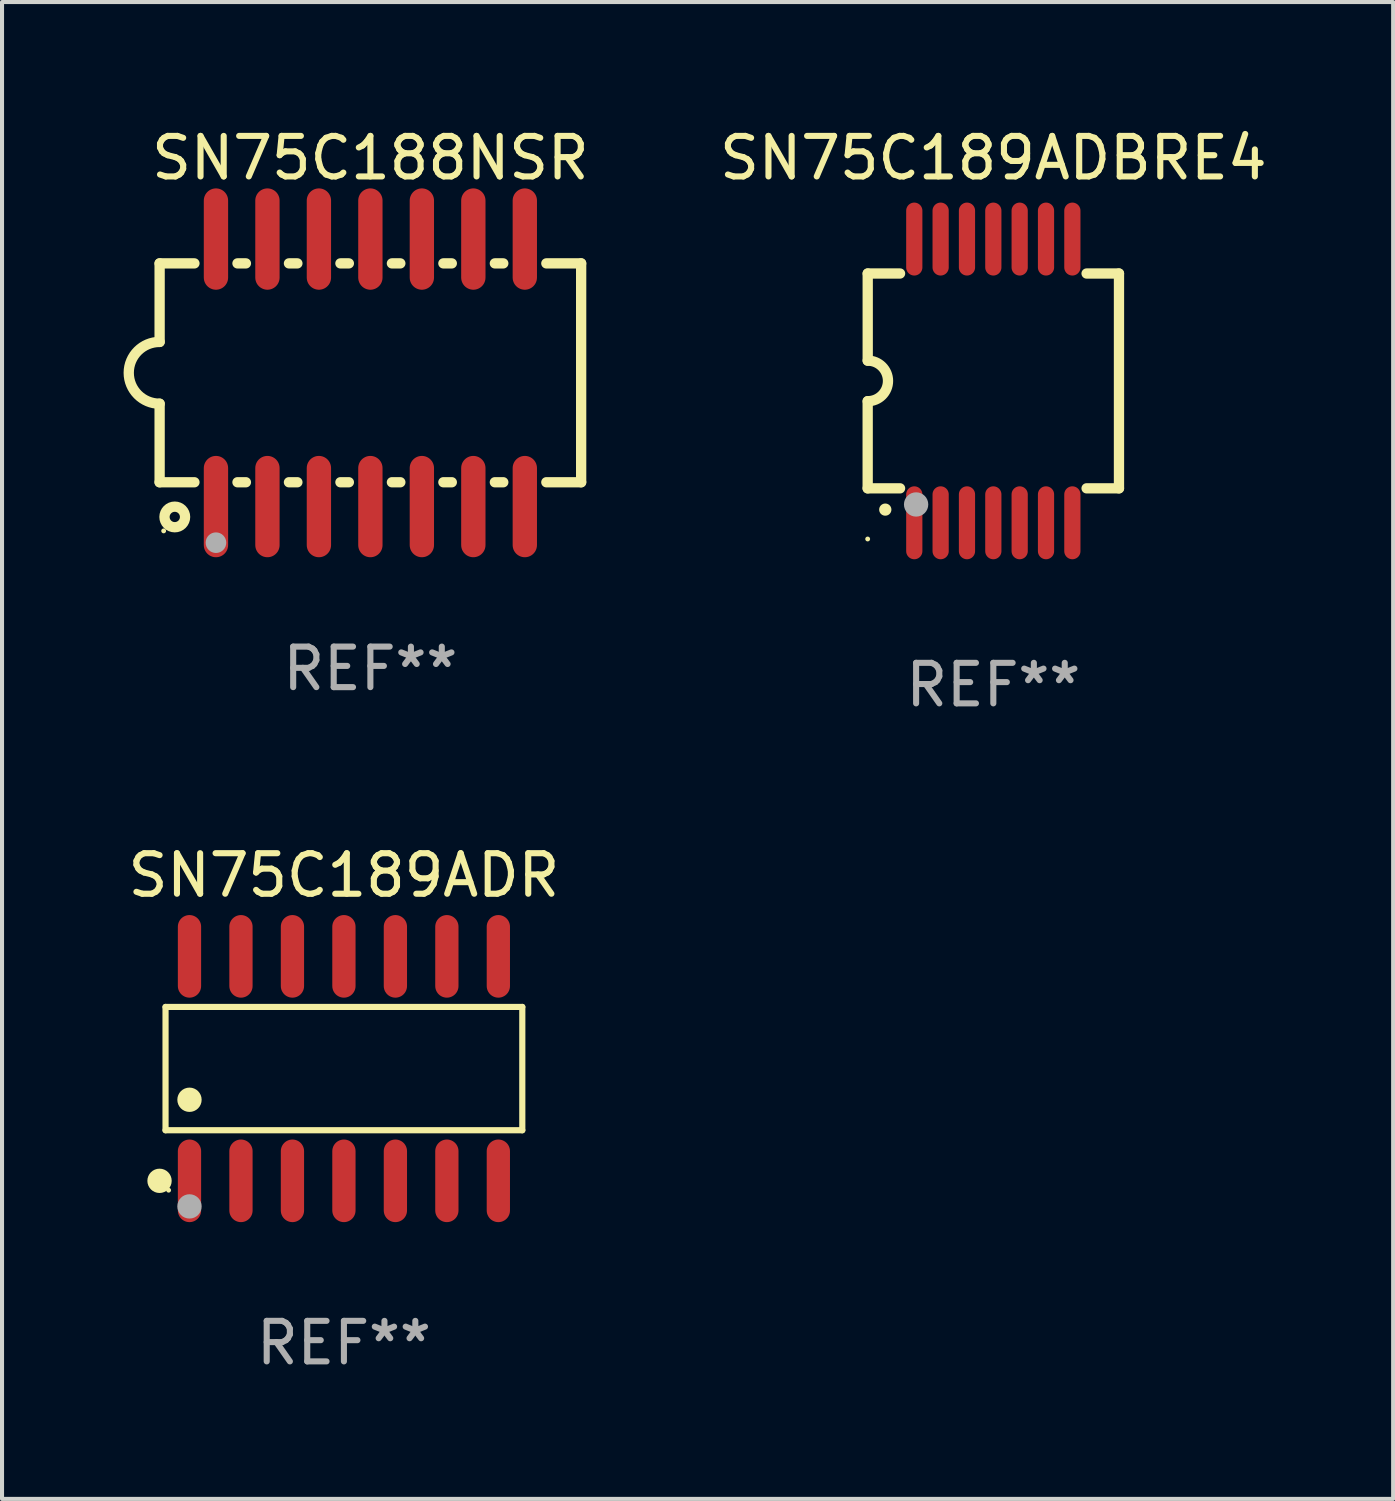
<source format=kicad_pcb>
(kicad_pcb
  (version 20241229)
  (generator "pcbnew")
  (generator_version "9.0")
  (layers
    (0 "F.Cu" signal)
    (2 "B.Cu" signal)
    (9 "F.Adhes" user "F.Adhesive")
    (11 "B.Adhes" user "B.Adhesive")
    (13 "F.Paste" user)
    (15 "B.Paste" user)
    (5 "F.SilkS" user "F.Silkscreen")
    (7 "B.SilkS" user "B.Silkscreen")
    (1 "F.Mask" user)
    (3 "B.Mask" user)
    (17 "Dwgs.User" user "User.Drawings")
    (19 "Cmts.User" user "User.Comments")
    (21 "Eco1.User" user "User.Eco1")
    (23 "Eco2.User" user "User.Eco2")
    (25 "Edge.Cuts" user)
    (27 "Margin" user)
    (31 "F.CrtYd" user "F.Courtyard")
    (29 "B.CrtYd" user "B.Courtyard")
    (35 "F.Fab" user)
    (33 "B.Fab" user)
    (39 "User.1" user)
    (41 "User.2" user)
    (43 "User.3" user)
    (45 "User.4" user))
  (footprint "SN75C188NSR"
    (layer "F.Cu")
    (at 6.088 6.148)
    (property "Reference" "SN75C188NSR" (at 0 -5.3 0) (layer "F.SilkS") (effects (font (size 1 1) (thickness 0.15))))
    (attr through_hole)
    (fp_line (start -5.2 -2.7) (end -5.2 -0.762) (stroke (width 0.254) (type solid)) (layer "F.SilkS"))
    (fp_line (start -5.2 -2.7) (end -4.341 -2.7) (stroke (width 0.254) (type solid)) (layer "F.SilkS"))
    (fp_line (start -5.2 2.7) (end -5.2 0.762) (stroke (width 0.254) (type solid)) (layer "F.SilkS"))
    (fp_line (start -4.341 2.7) (end -5.2 2.7) (stroke (width 0.254) (type solid)) (layer "F.SilkS"))
    (fp_line (start -3.279 -2.7) (end -3.071 -2.7) (stroke (width 0.254) (type solid)) (layer "F.SilkS"))
    (fp_line (start -3.071 2.7) (end -3.279 2.7) (stroke (width 0.254) (type solid)) (layer "F.SilkS"))
    (fp_line (start -2.009 -2.7) (end -1.801 -2.7) (stroke (width 0.254) (type solid)) (layer "F.SilkS"))
    (fp_line (start -1.801 2.7) (end -2.009 2.7) (stroke (width 0.254) (type solid)) (layer "F.SilkS"))
    (fp_line (start -0.739 -2.7) (end -0.531 -2.7) (stroke (width 0.254) (type solid)) (layer "F.SilkS"))
    (fp_line (start -0.531 2.7) (end -0.739 2.7) (stroke (width 0.254) (type solid)) (layer "F.SilkS"))
    (fp_line (start 0.531 -2.7) (end 0.739 -2.7) (stroke (width 0.254) (type solid)) (layer "F.SilkS"))
    (fp_line (start 0.739 2.7) (end 0.531 2.7) (stroke (width 0.254) (type solid)) (layer "F.SilkS"))
    (fp_line (start 1.801 -2.7) (end 2.009 -2.7) (stroke (width 0.254) (type solid)) (layer "F.SilkS"))
    (fp_line (start 2.009 2.7) (end 1.801 2.7) (stroke (width 0.254) (type solid)) (layer "F.SilkS"))
    (fp_line (start 3.071 -2.7) (end 3.279 -2.7) (stroke (width 0.254) (type solid)) (layer "F.SilkS"))
    (fp_line (start 3.279 2.7) (end 3.071 2.7) (stroke (width 0.254) (type solid)) (layer "F.SilkS"))
    (fp_line (start 4.341 -2.7) (end 5.2 -2.7) (stroke (width 0.254) (type solid)) (layer "F.SilkS"))
    (fp_line (start 5.2 2.7) (end 4.341 2.7) (stroke (width 0.254) (type solid)) (layer "F.SilkS"))
    (fp_line (start 5.2 2.7) (end 5.2 -2.7) (stroke (width 0.254) (type solid)) (layer "F.SilkS"))
    (fp_arc (start -5.2 0.762002) (mid -5.961393 -0.000305) (end -5.199391 -0.762002) (stroke (width 0.254001) (type solid)) (layer "F.SilkS"))
    (fp_circle (center -5.1 3.9) (end -5.07 3.9) (stroke (width 0.06) (type solid)) (fill no) (layer "F.SilkS"))
    (fp_circle (center -4.826 3.556) (end -4.572 3.556) (stroke (width 0.254) (type solid)) (fill no) (layer "F.SilkS"))
    (fp_circle (center -3.81 4.191) (end -3.683 4.191) (stroke (width 0.254) (type solid)) (fill no) (layer "F.Fab"))
    (fp_text user "REF**" (at 0 7.3 0) (layer "F.Fab") (effects (font (size 1 1) (thickness 0.15))))
    (pad "1" smd oval (at -3.81 3.3) (size 0.6 2.5) (layers "F.Cu" "F.Mask" "F.Paste"))
    (pad "2" smd oval (at -2.54 3.3) (size 0.6 2.5) (layers "F.Cu" "F.Mask" "F.Paste"))
    (pad "3" smd oval (at -1.27 3.3) (size 0.6 2.5) (layers "F.Cu" "F.Mask" "F.Paste"))
    (pad "4" smd oval (at 0 3.3) (size 0.6 2.5) (layers "F.Cu" "F.Mask" "F.Paste"))
    (pad "5" smd oval (at 1.27 3.3) (size 0.6 2.5) (layers "F.Cu" "F.Mask" "F.Paste"))
    (pad "6" smd oval (at 2.54 3.3) (size 0.6 2.5) (layers "F.Cu" "F.Mask" "F.Paste"))
    (pad "7" smd oval (at 3.81 3.3) (size 0.6 2.5) (layers "F.Cu" "F.Mask" "F.Paste"))
    (pad "8" smd oval (at 3.81 -3.3) (size 0.6 2.5) (layers "F.Cu" "F.Mask" "F.Paste"))
    (pad "9" smd oval (at 2.54 -3.3) (size 0.6 2.5) (layers "F.Cu" "F.Mask" "F.Paste"))
    (pad "10" smd oval (at 1.27 -3.3) (size 0.6 2.5) (layers "F.Cu" "F.Mask" "F.Paste"))
    (pad "11" smd oval (at 0 -3.3) (size 0.6 2.5) (layers "F.Cu" "F.Mask" "F.Paste"))
    (pad "12" smd oval (at -1.27 -3.3) (size 0.6 2.5) (layers "F.Cu" "F.Mask" "F.Paste"))
    (pad "13" smd oval (at -2.54 -3.3) (size 0.6 2.5) (layers "F.Cu" "F.Mask" "F.Paste"))
    (pad "14" smd oval (at -3.81 -3.3) (size 0.6 2.5) (layers "F.Cu" "F.Mask" "F.Paste")))
  (footprint "SN75C189ADR"
    (layer "F.Cu")
    (at 5.435 23.314)
    (property "Reference" "SN75C189ADR" (at 0 -4.769 0) (layer "F.SilkS") (effects (font (size 1 1) (thickness 0.15))))
    (attr through_hole)
    (fp_line (start -4.401 -1.521) (end 4.401 -1.521) (stroke (width 0.152) (type solid)) (layer "F.SilkS"))
    (fp_line (start -4.401 1.521) (end -4.401 -1.521) (stroke (width 0.152) (type solid)) (layer "F.SilkS"))
    (fp_line (start 4.401 -1.521) (end 4.401 1.521) (stroke (width 0.152) (type solid)) (layer "F.SilkS"))
    (fp_line (start 4.401 1.521) (end -4.401 1.521) (stroke (width 0.152) (type solid)) (layer "F.SilkS"))
    (fp_circle (center -4.549 2.769) (end -4.399 2.769) (stroke (width 0.3) (type solid)) (fill no) (layer "F.SilkS"))
    (fp_circle (center -4.325 3) (end -4.295 3) (stroke (width 0.06) (type solid)) (fill no) (layer "F.SilkS"))
    (fp_circle (center -3.81 0.769) (end -3.66 0.769) (stroke (width 0.3) (type solid)) (fill no) (layer "F.SilkS"))
    (fp_circle (center -3.81 3.4) (end -3.66 3.4) (stroke (width 0.3) (type solid)) (fill no) (layer "F.Fab"))
    (fp_text user "REF**" (at 0 6.769 0) (layer "F.Fab") (effects (font (size 1 1) (thickness 0.15))))
    (pad "1" smd oval (at -3.81 2.769) (size 0.574 2.038) (layers "F.Cu" "F.Mask" "F.Paste"))
    (pad "2" smd oval (at -2.54 2.769) (size 0.574 2.038) (layers "F.Cu" "F.Mask" "F.Paste"))
    (pad "3" smd oval (at -1.27 2.769) (size 0.574 2.038) (layers "F.Cu" "F.Mask" "F.Paste"))
    (pad "4" smd oval (at 0 2.769) (size 0.574 2.038) (layers "F.Cu" "F.Mask" "F.Paste"))
    (pad "5" smd oval (at 1.27 2.769) (size 0.574 2.038) (layers "F.Cu" "F.Mask" "F.Paste"))
    (pad "6" smd oval (at 2.54 2.769) (size 0.574 2.038) (layers "F.Cu" "F.Mask" "F.Paste"))
    (pad "7" smd oval (at 3.81 2.769) (size 0.574 2.038) (layers "F.Cu" "F.Mask" "F.Paste"))
    (pad "8" smd oval (at 3.81 -2.769) (size 0.574 2.038) (layers "F.Cu" "F.Mask" "F.Paste"))
    (pad "9" smd oval (at 2.54 -2.769) (size 0.574 2.038) (layers "F.Cu" "F.Mask" "F.Paste"))
    (pad "10" smd oval (at 1.27 -2.769) (size 0.574 2.038) (layers "F.Cu" "F.Mask" "F.Paste"))
    (pad "11" smd oval (at 0 -2.769) (size 0.574 2.038) (layers "F.Cu" "F.Mask" "F.Paste"))
    (pad "12" smd oval (at -1.27 -2.769) (size 0.574 2.038) (layers "F.Cu" "F.Mask" "F.Paste"))
    (pad "13" smd oval (at -2.54 -2.769) (size 0.574 2.038) (layers "F.Cu" "F.Mask" "F.Paste"))
    (pad "14" smd oval (at -3.81 -2.769) (size 0.574 2.038) (layers "F.Cu" "F.Mask" "F.Paste")))
  (footprint "SN75C189ADBRE4"
    (layer "F.Cu")
    (at 21.457 6.348)
    (property "Reference" "SN75C189ADBRE4" (at 0 -5.5 0) (layer "F.SilkS") (effects (font (size 1 1) (thickness 0.15))))
    (attr through_hole)
    (fp_line (start -3.1 2.65) (end -3.1 0.5) (stroke (width 0.254) (type solid)) (layer "F.SilkS"))
    (fp_line (start -3.099 -2.65) (end -2.301 -2.65) (stroke (width 0.254) (type solid)) (layer "F.SilkS"))
    (fp_line (start -3.099 -0.5) (end -3.099 -2.65) (stroke (width 0.254) (type solid)) (layer "F.SilkS"))
    (fp_line (start -2.301 2.65) (end -3.1 2.65) (stroke (width 0.254) (type solid)) (layer "F.SilkS"))
    (fp_line (start 2.301 -2.65) (end 3.1 -2.65) (stroke (width 0.254) (type solid)) (layer "F.SilkS"))
    (fp_line (start 3.1 -2.65) (end 3.1 2.65) (stroke (width 0.254) (type solid)) (layer "F.SilkS"))
    (fp_line (start 3.1 2.65) (end 2.301 2.65) (stroke (width 0.254) (type solid)) (layer "F.SilkS"))
    (fp_arc (start -3.098806 -0.500381) (mid -2.598806 0) (end -3.098806 0.500381) (stroke (width 0.254001) (type solid)) (layer "F.SilkS"))
    (fp_arc (start -2.667005 3.175006) (mid -2.665735 3.175001) (end -2.664465 3.175006) (stroke (width 0.3) (type solid)) (layer "F.SilkS"))
    (fp_circle (center -3.1 3.9) (end -3.07 3.9) (stroke (width 0.06) (type solid)) (fill no) (layer "F.SilkS"))
    (fp_circle (center -1.905 3.048) (end -1.755 3.048) (stroke (width 0.3) (type solid)) (fill no) (layer "F.Fab"))
    (fp_text user "REF**" (at 0 7.5 0) (layer "F.Fab") (effects (font (size 1 1) (thickness 0.15))))
    (pad "1" smd oval (at -1.95 3.5 270) (size 1.8 0.4) (layers "F.Cu" "F.Mask" "F.Paste"))
    (pad "2" smd oval (at -1.3 3.5 270) (size 1.8 0.4) (layers "F.Cu" "F.Mask" "F.Paste"))
    (pad "3" smd oval (at -0.65 3.5 270) (size 1.8 0.4) (layers "F.Cu" "F.Mask" "F.Paste"))
    (pad "4" smd oval (at 0 3.5 270) (size 1.8 0.4) (layers "F.Cu" "F.Mask" "F.Paste"))
    (pad "5" smd oval (at 0.65 3.5 270) (size 1.8 0.4) (layers "F.Cu" "F.Mask" "F.Paste"))
    (pad "6" smd oval (at 1.3 3.5 270) (size 1.8 0.4) (layers "F.Cu" "F.Mask" "F.Paste"))
    (pad "7" smd oval (at 1.95 3.5 270) (size 1.8 0.4) (layers "F.Cu" "F.Mask" "F.Paste"))
    (pad "8" smd oval (at 1.95 -3.5 90) (size 1.8 0.4) (layers "F.Cu" "F.Mask" "F.Paste"))
    (pad "9" smd oval (at 1.3 -3.5 90) (size 1.8 0.4) (layers "F.Cu" "F.Mask" "F.Paste"))
    (pad "10" smd oval (at 0.65 -3.5 90) (size 1.8 0.4) (layers "F.Cu" "F.Mask" "F.Paste"))
    (pad "11" smd oval (at 0 -3.5 90) (size 1.8 0.4) (layers "F.Cu" "F.Mask" "F.Paste"))
    (pad "12" smd oval (at -0.65 -3.5 90) (size 1.8 0.4) (layers "F.Cu" "F.Mask" "F.Paste"))
    (pad "13" smd oval (at -1.3 -3.5 90) (size 1.8 0.4) (layers "F.Cu" "F.Mask" "F.Paste"))
    (pad "14" smd oval (at -1.95 -3.5 90) (size 1.8 0.4) (layers "F.Cu" "F.Mask" "F.Paste")))
  (gr_rect
    (start -3 -3)
    (end 31.321 33.931)
    (stroke (width 0.1) (type default))
    (fill no)
    (layer "Edge.Cuts")))
</source>
